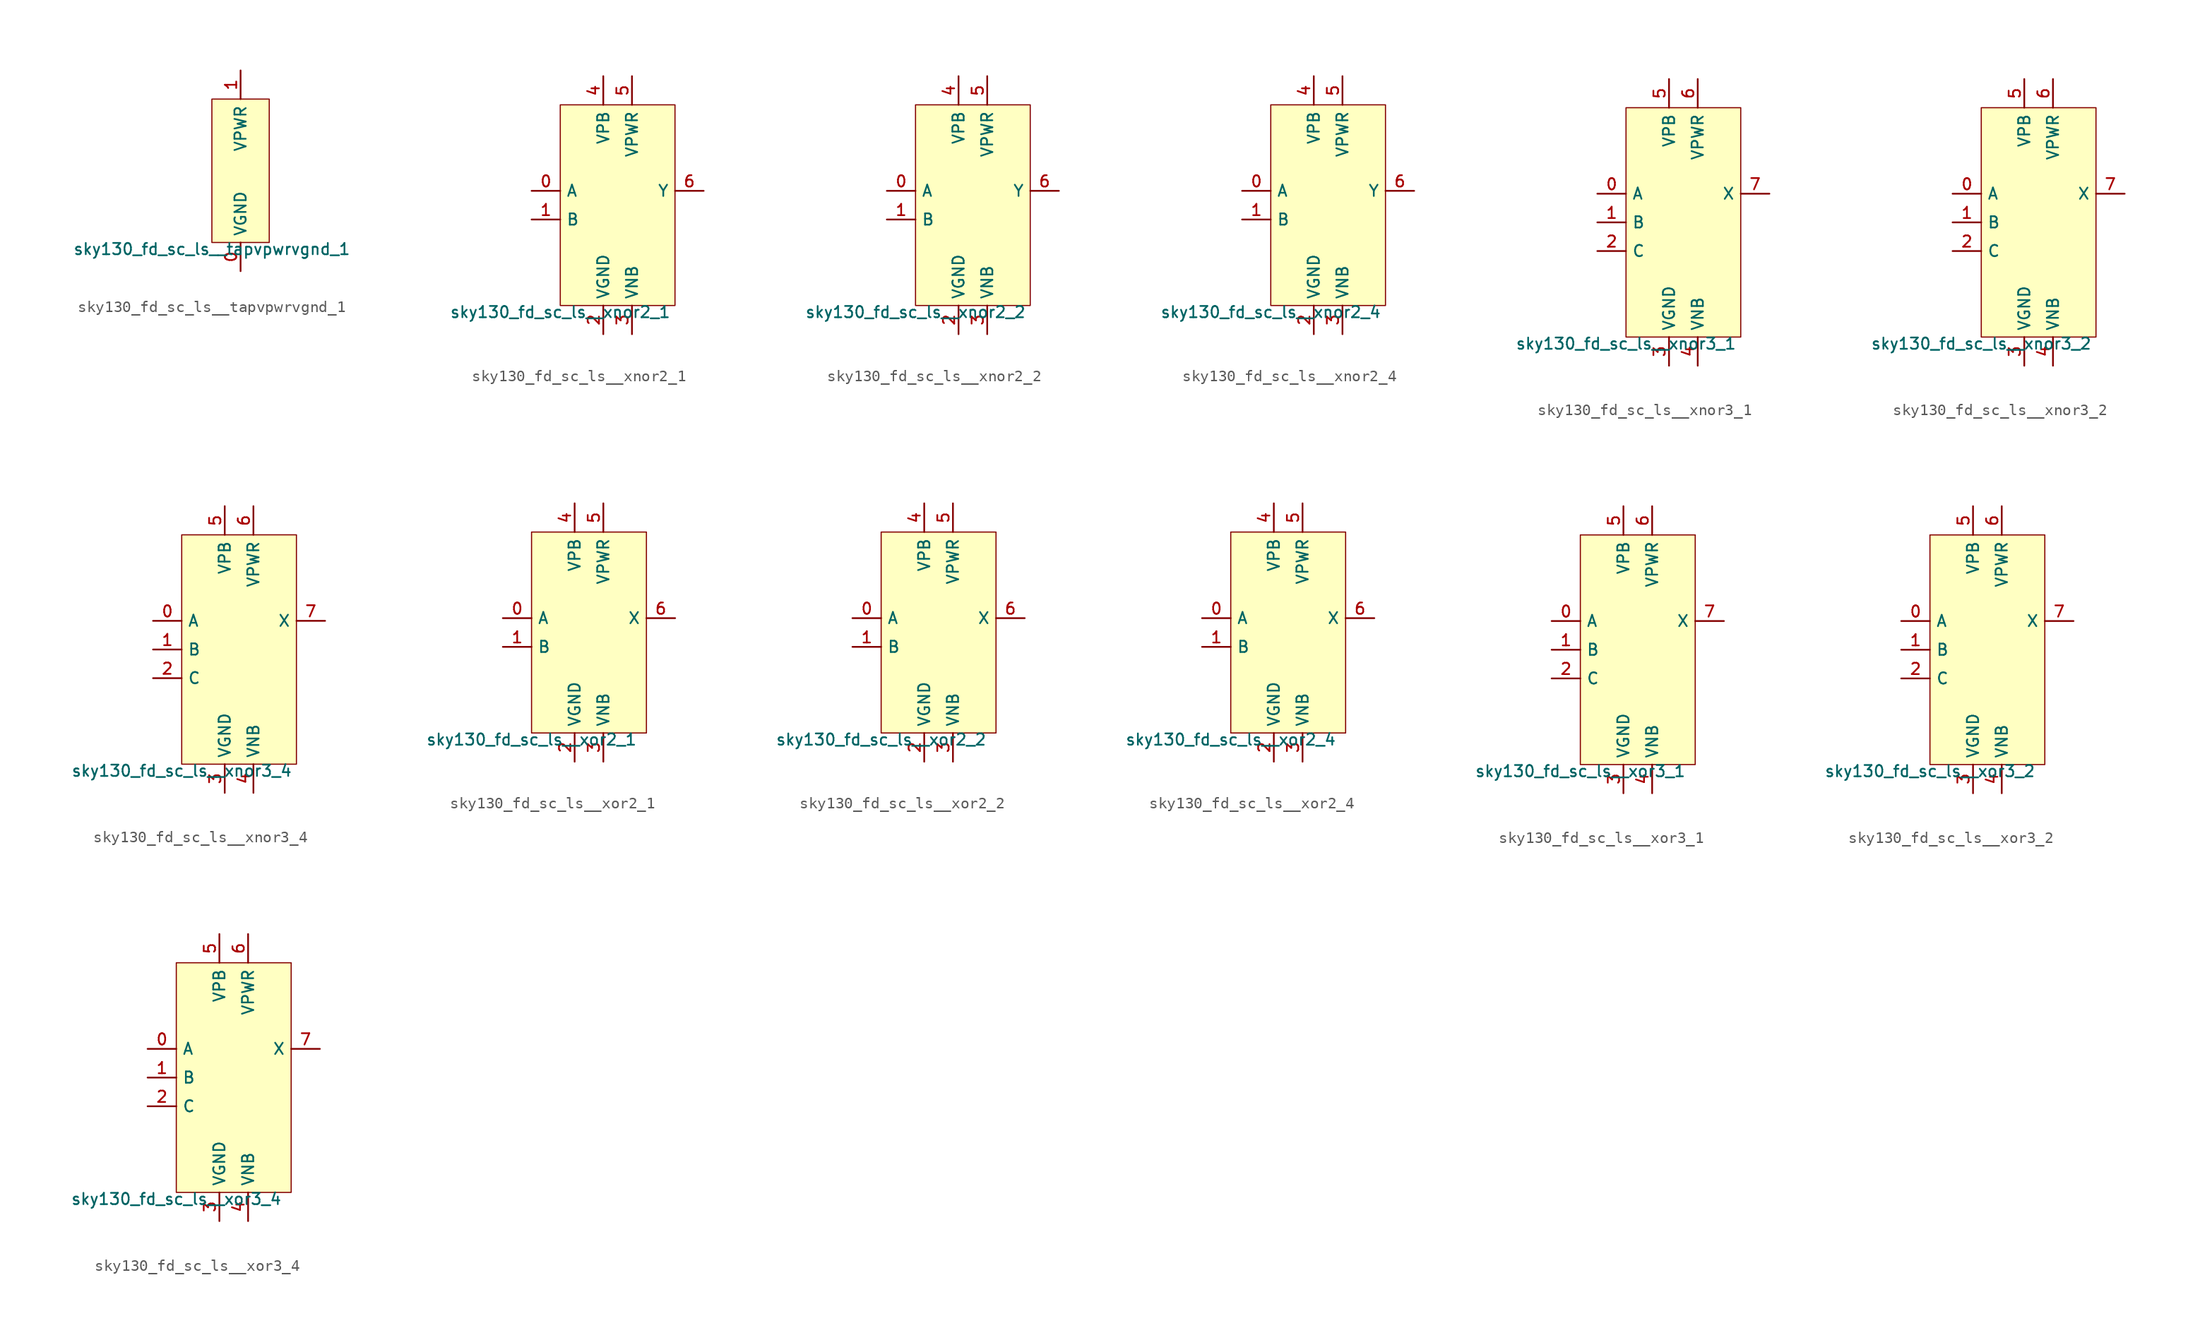
<source format=kicad_sym>
(kicad_symbol_lib
  (version 20211014)
  (generator lef2kicad_sym)
  (symbol "sky130_fd_sc_ls__tapvpwrvgnd_1"
    (property "Reference" "X"
      (at 0 0 0)
      (effects (font (size 1 1)) hide))
    (property "Value" "sky130_fd_sc_ls__tapvpwrvgnd_1"
      (at -2.54 -6.35 0)
      (effects (font (size 1 1)) (justify top)))
    (rectangle
      (start -2.54 -6.35)
      (end 2.54 6.35)
      (stroke (width 0.1) (type solid) (color 0 0 0 0))
      (fill (type background)))
    (pin power_in line
      (at 0.0 -8.89 90)
      (length 2.54)
      (name "VGND" (effects (font (size 1 1)) hide))
      (number "0" (effects (font (size 1 1)) hide)))
    (pin power_in line
      (at 0.0 8.89 270)
      (length 2.54)
      (name "VPWR" (effects (font (size 1 1)) hide))
      (number "1" (effects (font (size 1 1)) hide))))
  (symbol "sky130_fd_sc_ls__xnor2_1"
    (property "Reference" "X"
      (at 0 0 0)
      (effects (font (size 1 1)) hide))
    (property "Value" "sky130_fd_sc_ls__xnor2_1"
      (at -5.08 -8.89 0)
      (effects (font (size 1 1)) (justify top)))
    (rectangle
      (start -5.08 -8.89)
      (end 5.08 8.89)
      (stroke (width 0.1) (type solid) (color 0 0 0 0))
      (fill (type background)))
    (pin input line
      (at -7.62 1.27 0)
      (length 2.54)
      (name "A" (effects (font (size 1 1)) hide))
      (number "0" (effects (font (size 1 1)) hide)))
    (pin input line
      (at -7.62 -1.27 0)
      (length 2.54)
      (name "B" (effects (font (size 1 1)) hide))
      (number "1" (effects (font (size 1 1)) hide)))
    (pin power_in line
      (at -1.27 -11.43 90)
      (length 2.54)
      (name "VGND" (effects (font (size 1 1)) hide))
      (number "2" (effects (font (size 1 1)) hide)))
    (pin power_in line
      (at 1.27 -11.43 90)
      (length 2.54)
      (name "VNB" (effects (font (size 1 1)) hide))
      (number "3" (effects (font (size 1 1)) hide)))
    (pin power_in line
      (at -1.27 11.43 270)
      (length 2.54)
      (name "VPB" (effects (font (size 1 1)) hide))
      (number "4" (effects (font (size 1 1)) hide)))
    (pin power_in line
      (at 1.27 11.43 270)
      (length 2.54)
      (name "VPWR" (effects (font (size 1 1)) hide))
      (number "5" (effects (font (size 1 1)) hide)))
    (pin output line
      (at 7.62 1.27 180)
      (length 2.54)
      (name "Y" (effects (font (size 1 1)) hide))
      (number "6" (effects (font (size 1 1)) hide))))
  (symbol "sky130_fd_sc_ls__xnor2_2"
    (property "Reference" "X"
      (at 0 0 0)
      (effects (font (size 1 1)) hide))
    (property "Value" "sky130_fd_sc_ls__xnor2_2"
      (at -5.08 -8.89 0)
      (effects (font (size 1 1)) (justify top)))
    (rectangle
      (start -5.08 -8.89)
      (end 5.08 8.89)
      (stroke (width 0.1) (type solid) (color 0 0 0 0))
      (fill (type background)))
    (pin input line
      (at -7.62 1.27 0)
      (length 2.54)
      (name "A" (effects (font (size 1 1)) hide))
      (number "0" (effects (font (size 1 1)) hide)))
    (pin input line
      (at -7.62 -1.27 0)
      (length 2.54)
      (name "B" (effects (font (size 1 1)) hide))
      (number "1" (effects (font (size 1 1)) hide)))
    (pin power_in line
      (at -1.27 -11.43 90)
      (length 2.54)
      (name "VGND" (effects (font (size 1 1)) hide))
      (number "2" (effects (font (size 1 1)) hide)))
    (pin power_in line
      (at 1.27 -11.43 90)
      (length 2.54)
      (name "VNB" (effects (font (size 1 1)) hide))
      (number "3" (effects (font (size 1 1)) hide)))
    (pin power_in line
      (at -1.27 11.43 270)
      (length 2.54)
      (name "VPB" (effects (font (size 1 1)) hide))
      (number "4" (effects (font (size 1 1)) hide)))
    (pin power_in line
      (at 1.27 11.43 270)
      (length 2.54)
      (name "VPWR" (effects (font (size 1 1)) hide))
      (number "5" (effects (font (size 1 1)) hide)))
    (pin output line
      (at 7.62 1.27 180)
      (length 2.54)
      (name "Y" (effects (font (size 1 1)) hide))
      (number "6" (effects (font (size 1 1)) hide))))
  (symbol "sky130_fd_sc_ls__xnor2_4"
    (property "Reference" "X"
      (at 0 0 0)
      (effects (font (size 1 1)) hide))
    (property "Value" "sky130_fd_sc_ls__xnor2_4"
      (at -5.08 -8.89 0)
      (effects (font (size 1 1)) (justify top)))
    (rectangle
      (start -5.08 -8.89)
      (end 5.08 8.89)
      (stroke (width 0.1) (type solid) (color 0 0 0 0))
      (fill (type background)))
    (pin input line
      (at -7.62 1.27 0)
      (length 2.54)
      (name "A" (effects (font (size 1 1)) hide))
      (number "0" (effects (font (size 1 1)) hide)))
    (pin input line
      (at -7.62 -1.27 0)
      (length 2.54)
      (name "B" (effects (font (size 1 1)) hide))
      (number "1" (effects (font (size 1 1)) hide)))
    (pin power_in line
      (at -1.27 -11.43 90)
      (length 2.54)
      (name "VGND" (effects (font (size 1 1)) hide))
      (number "2" (effects (font (size 1 1)) hide)))
    (pin power_in line
      (at 1.27 -11.43 90)
      (length 2.54)
      (name "VNB" (effects (font (size 1 1)) hide))
      (number "3" (effects (font (size 1 1)) hide)))
    (pin power_in line
      (at -1.27 11.43 270)
      (length 2.54)
      (name "VPB" (effects (font (size 1 1)) hide))
      (number "4" (effects (font (size 1 1)) hide)))
    (pin power_in line
      (at 1.27 11.43 270)
      (length 2.54)
      (name "VPWR" (effects (font (size 1 1)) hide))
      (number "5" (effects (font (size 1 1)) hide)))
    (pin output line
      (at 7.62 1.27 180)
      (length 2.54)
      (name "Y" (effects (font (size 1 1)) hide))
      (number "6" (effects (font (size 1 1)) hide))))
  (symbol "sky130_fd_sc_ls__xnor3_1"
    (property "Reference" "X"
      (at 0 0 0)
      (effects (font (size 1 1)) hide))
    (property "Value" "sky130_fd_sc_ls__xnor3_1"
      (at -5.08 -10.16 0)
      (effects (font (size 1 1)) (justify top)))
    (rectangle
      (start -5.08 -10.16)
      (end 5.08 10.16)
      (stroke (width 0.1) (type solid) (color 0 0 0 0))
      (fill (type background)))
    (pin input line
      (at -7.62 2.54 0)
      (length 2.54)
      (name "A" (effects (font (size 1 1)) hide))
      (number "0" (effects (font (size 1 1)) hide)))
    (pin input line
      (at -7.62 0.0 0)
      (length 2.54)
      (name "B" (effects (font (size 1 1)) hide))
      (number "1" (effects (font (size 1 1)) hide)))
    (pin input line
      (at -7.62 -2.54 0)
      (length 2.54)
      (name "C" (effects (font (size 1 1)) hide))
      (number "2" (effects (font (size 1 1)) hide)))
    (pin power_in line
      (at -1.27 -12.7 90)
      (length 2.54)
      (name "VGND" (effects (font (size 1 1)) hide))
      (number "3" (effects (font (size 1 1)) hide)))
    (pin power_in line
      (at 1.27 -12.7 90)
      (length 2.54)
      (name "VNB" (effects (font (size 1 1)) hide))
      (number "4" (effects (font (size 1 1)) hide)))
    (pin power_in line
      (at -1.27 12.7 270)
      (length 2.54)
      (name "VPB" (effects (font (size 1 1)) hide))
      (number "5" (effects (font (size 1 1)) hide)))
    (pin power_in line
      (at 1.27 12.7 270)
      (length 2.54)
      (name "VPWR" (effects (font (size 1 1)) hide))
      (number "6" (effects (font (size 1 1)) hide)))
    (pin output line
      (at 7.62 2.54 180)
      (length 2.54)
      (name "X" (effects (font (size 1 1)) hide))
      (number "7" (effects (font (size 1 1)) hide))))
  (symbol "sky130_fd_sc_ls__xnor3_2"
    (property "Reference" "X"
      (at 0 0 0)
      (effects (font (size 1 1)) hide))
    (property "Value" "sky130_fd_sc_ls__xnor3_2"
      (at -5.08 -10.16 0)
      (effects (font (size 1 1)) (justify top)))
    (rectangle
      (start -5.08 -10.16)
      (end 5.08 10.16)
      (stroke (width 0.1) (type solid) (color 0 0 0 0))
      (fill (type background)))
    (pin input line
      (at -7.62 2.54 0)
      (length 2.54)
      (name "A" (effects (font (size 1 1)) hide))
      (number "0" (effects (font (size 1 1)) hide)))
    (pin input line
      (at -7.62 0.0 0)
      (length 2.54)
      (name "B" (effects (font (size 1 1)) hide))
      (number "1" (effects (font (size 1 1)) hide)))
    (pin input line
      (at -7.62 -2.54 0)
      (length 2.54)
      (name "C" (effects (font (size 1 1)) hide))
      (number "2" (effects (font (size 1 1)) hide)))
    (pin power_in line
      (at -1.27 -12.7 90)
      (length 2.54)
      (name "VGND" (effects (font (size 1 1)) hide))
      (number "3" (effects (font (size 1 1)) hide)))
    (pin power_in line
      (at 1.27 -12.7 90)
      (length 2.54)
      (name "VNB" (effects (font (size 1 1)) hide))
      (number "4" (effects (font (size 1 1)) hide)))
    (pin power_in line
      (at -1.27 12.7 270)
      (length 2.54)
      (name "VPB" (effects (font (size 1 1)) hide))
      (number "5" (effects (font (size 1 1)) hide)))
    (pin power_in line
      (at 1.27 12.7 270)
      (length 2.54)
      (name "VPWR" (effects (font (size 1 1)) hide))
      (number "6" (effects (font (size 1 1)) hide)))
    (pin output line
      (at 7.62 2.54 180)
      (length 2.54)
      (name "X" (effects (font (size 1 1)) hide))
      (number "7" (effects (font (size 1 1)) hide))))
  (symbol "sky130_fd_sc_ls__xnor3_4"
    (property "Reference" "X"
      (at 0 0 0)
      (effects (font (size 1 1)) hide))
    (property "Value" "sky130_fd_sc_ls__xnor3_4"
      (at -5.08 -10.16 0)
      (effects (font (size 1 1)) (justify top)))
    (rectangle
      (start -5.08 -10.16)
      (end 5.08 10.16)
      (stroke (width 0.1) (type solid) (color 0 0 0 0))
      (fill (type background)))
    (pin input line
      (at -7.62 2.54 0)
      (length 2.54)
      (name "A" (effects (font (size 1 1)) hide))
      (number "0" (effects (font (size 1 1)) hide)))
    (pin input line
      (at -7.62 0.0 0)
      (length 2.54)
      (name "B" (effects (font (size 1 1)) hide))
      (number "1" (effects (font (size 1 1)) hide)))
    (pin input line
      (at -7.62 -2.54 0)
      (length 2.54)
      (name "C" (effects (font (size 1 1)) hide))
      (number "2" (effects (font (size 1 1)) hide)))
    (pin power_in line
      (at -1.27 -12.7 90)
      (length 2.54)
      (name "VGND" (effects (font (size 1 1)) hide))
      (number "3" (effects (font (size 1 1)) hide)))
    (pin power_in line
      (at 1.27 -12.7 90)
      (length 2.54)
      (name "VNB" (effects (font (size 1 1)) hide))
      (number "4" (effects (font (size 1 1)) hide)))
    (pin power_in line
      (at -1.27 12.7 270)
      (length 2.54)
      (name "VPB" (effects (font (size 1 1)) hide))
      (number "5" (effects (font (size 1 1)) hide)))
    (pin power_in line
      (at 1.27 12.7 270)
      (length 2.54)
      (name "VPWR" (effects (font (size 1 1)) hide))
      (number "6" (effects (font (size 1 1)) hide)))
    (pin output line
      (at 7.62 2.54 180)
      (length 2.54)
      (name "X" (effects (font (size 1 1)) hide))
      (number "7" (effects (font (size 1 1)) hide))))
  (symbol "sky130_fd_sc_ls__xor2_1"
    (property "Reference" "X"
      (at 0 0 0)
      (effects (font (size 1 1)) hide))
    (property "Value" "sky130_fd_sc_ls__xor2_1"
      (at -5.08 -8.89 0)
      (effects (font (size 1 1)) (justify top)))
    (rectangle
      (start -5.08 -8.89)
      (end 5.08 8.89)
      (stroke (width 0.1) (type solid) (color 0 0 0 0))
      (fill (type background)))
    (pin input line
      (at -7.62 1.27 0)
      (length 2.54)
      (name "A" (effects (font (size 1 1)) hide))
      (number "0" (effects (font (size 1 1)) hide)))
    (pin input line
      (at -7.62 -1.27 0)
      (length 2.54)
      (name "B" (effects (font (size 1 1)) hide))
      (number "1" (effects (font (size 1 1)) hide)))
    (pin power_in line
      (at -1.27 -11.43 90)
      (length 2.54)
      (name "VGND" (effects (font (size 1 1)) hide))
      (number "2" (effects (font (size 1 1)) hide)))
    (pin power_in line
      (at 1.27 -11.43 90)
      (length 2.54)
      (name "VNB" (effects (font (size 1 1)) hide))
      (number "3" (effects (font (size 1 1)) hide)))
    (pin power_in line
      (at -1.27 11.43 270)
      (length 2.54)
      (name "VPB" (effects (font (size 1 1)) hide))
      (number "4" (effects (font (size 1 1)) hide)))
    (pin power_in line
      (at 1.27 11.43 270)
      (length 2.54)
      (name "VPWR" (effects (font (size 1 1)) hide))
      (number "5" (effects (font (size 1 1)) hide)))
    (pin output line
      (at 7.62 1.27 180)
      (length 2.54)
      (name "X" (effects (font (size 1 1)) hide))
      (number "6" (effects (font (size 1 1)) hide))))
  (symbol "sky130_fd_sc_ls__xor2_2"
    (property "Reference" "X"
      (at 0 0 0)
      (effects (font (size 1 1)) hide))
    (property "Value" "sky130_fd_sc_ls__xor2_2"
      (at -5.08 -8.89 0)
      (effects (font (size 1 1)) (justify top)))
    (rectangle
      (start -5.08 -8.89)
      (end 5.08 8.89)
      (stroke (width 0.1) (type solid) (color 0 0 0 0))
      (fill (type background)))
    (pin input line
      (at -7.62 1.27 0)
      (length 2.54)
      (name "A" (effects (font (size 1 1)) hide))
      (number "0" (effects (font (size 1 1)) hide)))
    (pin input line
      (at -7.62 -1.27 0)
      (length 2.54)
      (name "B" (effects (font (size 1 1)) hide))
      (number "1" (effects (font (size 1 1)) hide)))
    (pin power_in line
      (at -1.27 -11.43 90)
      (length 2.54)
      (name "VGND" (effects (font (size 1 1)) hide))
      (number "2" (effects (font (size 1 1)) hide)))
    (pin power_in line
      (at 1.27 -11.43 90)
      (length 2.54)
      (name "VNB" (effects (font (size 1 1)) hide))
      (number "3" (effects (font (size 1 1)) hide)))
    (pin power_in line
      (at -1.27 11.43 270)
      (length 2.54)
      (name "VPB" (effects (font (size 1 1)) hide))
      (number "4" (effects (font (size 1 1)) hide)))
    (pin power_in line
      (at 1.27 11.43 270)
      (length 2.54)
      (name "VPWR" (effects (font (size 1 1)) hide))
      (number "5" (effects (font (size 1 1)) hide)))
    (pin output line
      (at 7.62 1.27 180)
      (length 2.54)
      (name "X" (effects (font (size 1 1)) hide))
      (number "6" (effects (font (size 1 1)) hide))))
  (symbol "sky130_fd_sc_ls__xor2_4"
    (property "Reference" "X"
      (at 0 0 0)
      (effects (font (size 1 1)) hide))
    (property "Value" "sky130_fd_sc_ls__xor2_4"
      (at -5.08 -8.89 0)
      (effects (font (size 1 1)) (justify top)))
    (rectangle
      (start -5.08 -8.89)
      (end 5.08 8.89)
      (stroke (width 0.1) (type solid) (color 0 0 0 0))
      (fill (type background)))
    (pin input line
      (at -7.62 1.27 0)
      (length 2.54)
      (name "A" (effects (font (size 1 1)) hide))
      (number "0" (effects (font (size 1 1)) hide)))
    (pin input line
      (at -7.62 -1.27 0)
      (length 2.54)
      (name "B" (effects (font (size 1 1)) hide))
      (number "1" (effects (font (size 1 1)) hide)))
    (pin power_in line
      (at -1.27 -11.43 90)
      (length 2.54)
      (name "VGND" (effects (font (size 1 1)) hide))
      (number "2" (effects (font (size 1 1)) hide)))
    (pin power_in line
      (at 1.27 -11.43 90)
      (length 2.54)
      (name "VNB" (effects (font (size 1 1)) hide))
      (number "3" (effects (font (size 1 1)) hide)))
    (pin power_in line
      (at -1.27 11.43 270)
      (length 2.54)
      (name "VPB" (effects (font (size 1 1)) hide))
      (number "4" (effects (font (size 1 1)) hide)))
    (pin power_in line
      (at 1.27 11.43 270)
      (length 2.54)
      (name "VPWR" (effects (font (size 1 1)) hide))
      (number "5" (effects (font (size 1 1)) hide)))
    (pin output line
      (at 7.62 1.27 180)
      (length 2.54)
      (name "X" (effects (font (size 1 1)) hide))
      (number "6" (effects (font (size 1 1)) hide))))
  (symbol "sky130_fd_sc_ls__xor3_1"
    (property "Reference" "X"
      (at 0 0 0)
      (effects (font (size 1 1)) hide))
    (property "Value" "sky130_fd_sc_ls__xor3_1"
      (at -5.08 -10.16 0)
      (effects (font (size 1 1)) (justify top)))
    (rectangle
      (start -5.08 -10.16)
      (end 5.08 10.16)
      (stroke (width 0.1) (type solid) (color 0 0 0 0))
      (fill (type background)))
    (pin input line
      (at -7.62 2.54 0)
      (length 2.54)
      (name "A" (effects (font (size 1 1)) hide))
      (number "0" (effects (font (size 1 1)) hide)))
    (pin input line
      (at -7.62 0.0 0)
      (length 2.54)
      (name "B" (effects (font (size 1 1)) hide))
      (number "1" (effects (font (size 1 1)) hide)))
    (pin input line
      (at -7.62 -2.54 0)
      (length 2.54)
      (name "C" (effects (font (size 1 1)) hide))
      (number "2" (effects (font (size 1 1)) hide)))
    (pin power_in line
      (at -1.27 -12.7 90)
      (length 2.54)
      (name "VGND" (effects (font (size 1 1)) hide))
      (number "3" (effects (font (size 1 1)) hide)))
    (pin power_in line
      (at 1.27 -12.7 90)
      (length 2.54)
      (name "VNB" (effects (font (size 1 1)) hide))
      (number "4" (effects (font (size 1 1)) hide)))
    (pin power_in line
      (at -1.27 12.7 270)
      (length 2.54)
      (name "VPB" (effects (font (size 1 1)) hide))
      (number "5" (effects (font (size 1 1)) hide)))
    (pin power_in line
      (at 1.27 12.7 270)
      (length 2.54)
      (name "VPWR" (effects (font (size 1 1)) hide))
      (number "6" (effects (font (size 1 1)) hide)))
    (pin output line
      (at 7.62 2.54 180)
      (length 2.54)
      (name "X" (effects (font (size 1 1)) hide))
      (number "7" (effects (font (size 1 1)) hide))))
  (symbol "sky130_fd_sc_ls__xor3_2"
    (property "Reference" "X"
      (at 0 0 0)
      (effects (font (size 1 1)) hide))
    (property "Value" "sky130_fd_sc_ls__xor3_2"
      (at -5.08 -10.16 0)
      (effects (font (size 1 1)) (justify top)))
    (rectangle
      (start -5.08 -10.16)
      (end 5.08 10.16)
      (stroke (width 0.1) (type solid) (color 0 0 0 0))
      (fill (type background)))
    (pin input line
      (at -7.62 2.54 0)
      (length 2.54)
      (name "A" (effects (font (size 1 1)) hide))
      (number "0" (effects (font (size 1 1)) hide)))
    (pin input line
      (at -7.62 0.0 0)
      (length 2.54)
      (name "B" (effects (font (size 1 1)) hide))
      (number "1" (effects (font (size 1 1)) hide)))
    (pin input line
      (at -7.62 -2.54 0)
      (length 2.54)
      (name "C" (effects (font (size 1 1)) hide))
      (number "2" (effects (font (size 1 1)) hide)))
    (pin power_in line
      (at -1.27 -12.7 90)
      (length 2.54)
      (name "VGND" (effects (font (size 1 1)) hide))
      (number "3" (effects (font (size 1 1)) hide)))
    (pin power_in line
      (at 1.27 -12.7 90)
      (length 2.54)
      (name "VNB" (effects (font (size 1 1)) hide))
      (number "4" (effects (font (size 1 1)) hide)))
    (pin power_in line
      (at -1.27 12.7 270)
      (length 2.54)
      (name "VPB" (effects (font (size 1 1)) hide))
      (number "5" (effects (font (size 1 1)) hide)))
    (pin power_in line
      (at 1.27 12.7 270)
      (length 2.54)
      (name "VPWR" (effects (font (size 1 1)) hide))
      (number "6" (effects (font (size 1 1)) hide)))
    (pin output line
      (at 7.62 2.54 180)
      (length 2.54)
      (name "X" (effects (font (size 1 1)) hide))
      (number "7" (effects (font (size 1 1)) hide))))
  (symbol "sky130_fd_sc_ls__xor3_4"
    (property "Reference" "X"
      (at 0 0 0)
      (effects (font (size 1 1)) hide))
    (property "Value" "sky130_fd_sc_ls__xor3_4"
      (at -5.08 -10.16 0)
      (effects (font (size 1 1)) (justify top)))
    (rectangle
      (start -5.08 -10.16)
      (end 5.08 10.16)
      (stroke (width 0.1) (type solid) (color 0 0 0 0))
      (fill (type background)))
    (pin input line
      (at -7.62 2.54 0)
      (length 2.54)
      (name "A" (effects (font (size 1 1)) hide))
      (number "0" (effects (font (size 1 1)) hide)))
    (pin input line
      (at -7.62 0.0 0)
      (length 2.54)
      (name "B" (effects (font (size 1 1)) hide))
      (number "1" (effects (font (size 1 1)) hide)))
    (pin input line
      (at -7.62 -2.54 0)
      (length 2.54)
      (name "C" (effects (font (size 1 1)) hide))
      (number "2" (effects (font (size 1 1)) hide)))
    (pin power_in line
      (at -1.27 -12.7 90)
      (length 2.54)
      (name "VGND" (effects (font (size 1 1)) hide))
      (number "3" (effects (font (size 1 1)) hide)))
    (pin power_in line
      (at 1.27 -12.7 90)
      (length 2.54)
      (name "VNB" (effects (font (size 1 1)) hide))
      (number "4" (effects (font (size 1 1)) hide)))
    (pin power_in line
      (at -1.27 12.7 270)
      (length 2.54)
      (name "VPB" (effects (font (size 1 1)) hide))
      (number "5" (effects (font (size 1 1)) hide)))
    (pin power_in line
      (at 1.27 12.7 270)
      (length 2.54)
      (name "VPWR" (effects (font (size 1 1)) hide))
      (number "6" (effects (font (size 1 1)) hide)))
    (pin output line
      (at 7.62 2.54 180)
      (length 2.54)
      (name "X" (effects (font (size 1 1)) hide))
      (number "7" (effects (font (size 1 1)) hide)))))
</source>
